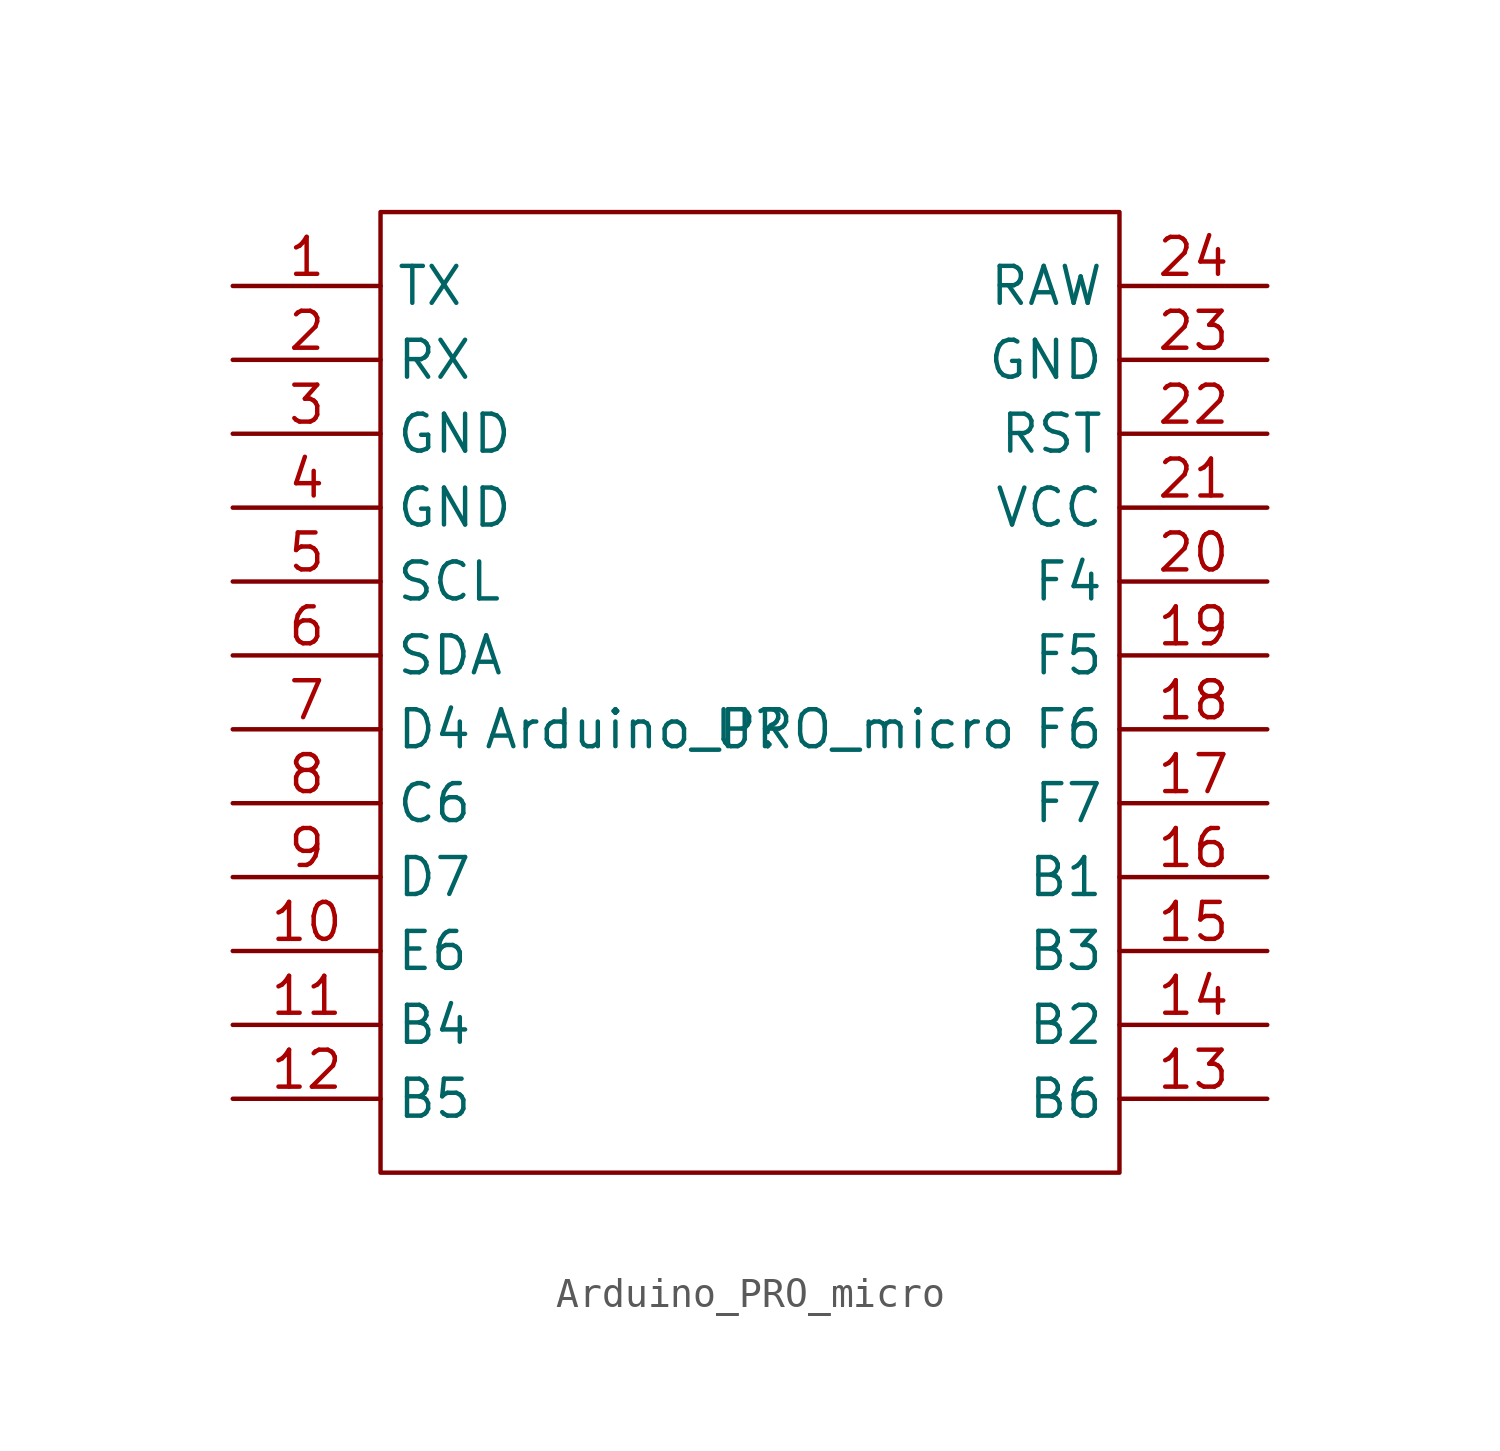
<source format=kicad_sym>
(kicad_symbol_lib
  (version 20211014)
  (generator kicad_symbol_editor)
  (symbol "Arduino_PRO_micro"
    (property "Reference" "U"
      (at 0 0 0)
      (effects (font (size 1.27 1.27))))
    (property "Value" "Arduino_PRO_micro"
      (at 0 0 0)
      (effects (font (size 1.27 1.27))))
    (symbol "Arduino_PRO_micro_0_1"
      (rectangle (start -12.7 17.78) (end 12.7 -15.24) (stroke (width 0) (type default) (color 0 0 0 0)) (fill (type none))))
    (symbol "Arduino_PRO_micro_1_1"
      (pin bidirectional line (at -17.78 15.24 0) (length 5.08) (name "TX" (effects (font (size 1.27 1.27)))) (number "1" (effects (font (size 1.27 1.27)))))
      (pin bidirectional line (at -17.78 -7.62 0) (length 5.08) (name "E6" (effects (font (size 1.27 1.27)))) (number "10" (effects (font (size 1.27 1.27)))))
      (pin bidirectional line (at -17.78 -10.16 0) (length 5.08) (name "B4" (effects (font (size 1.27 1.27)))) (number "11" (effects (font (size 1.27 1.27)))))
      (pin bidirectional line (at -17.78 -12.7 0) (length 5.08) (name "B5" (effects (font (size 1.27 1.27)))) (number "12" (effects (font (size 1.27 1.27)))))
      (pin bidirectional line (at 17.78 -12.7 180) (length 5.08) (name "B6" (effects (font (size 1.27 1.27)))) (number "13" (effects (font (size 1.27 1.27)))))
      (pin bidirectional line (at 17.78 -10.16 180) (length 5.08) (name "B2" (effects (font (size 1.27 1.27)))) (number "14" (effects (font (size 1.27 1.27)))))
      (pin bidirectional line (at 17.78 -7.62 180) (length 5.08) (name "B3" (effects (font (size 1.27 1.27)))) (number "15" (effects (font (size 1.27 1.27)))))
      (pin bidirectional line (at 17.78 -5.08 180) (length 5.08) (name "B1" (effects (font (size 1.27 1.27)))) (number "16" (effects (font (size 1.27 1.27)))))
      (pin bidirectional line (at 17.78 -2.54 180) (length 5.08) (name "F7" (effects (font (size 1.27 1.27)))) (number "17" (effects (font (size 1.27 1.27)))))
      (pin bidirectional line (at 17.78 0 180) (length 5.08) (name "F6" (effects (font (size 1.27 1.27)))) (number "18" (effects (font (size 1.27 1.27)))))
      (pin bidirectional line (at 17.78 2.54 180) (length 5.08) (name "F5" (effects (font (size 1.27 1.27)))) (number "19" (effects (font (size 1.27 1.27)))))
      (pin bidirectional line (at -17.78 12.7 0) (length 5.08) (name "RX" (effects (font (size 1.27 1.27)))) (number "2" (effects (font (size 1.27 1.27)))))
      (pin bidirectional line (at 17.78 5.08 180) (length 5.08) (name "F4" (effects (font (size 1.27 1.27)))) (number "20" (effects (font (size 1.27 1.27)))))
      (pin power_in line (at 17.78 7.62 180) (length 5.08) (name "VCC" (effects (font (size 1.27 1.27)))) (number "21" (effects (font (size 1.27 1.27)))))
      (pin input line (at 17.78 10.16 180) (length 5.08) (name "RST" (effects (font (size 1.27 1.27)))) (number "22" (effects (font (size 1.27 1.27)))))
      (pin power_in line (at 17.78 12.7 180) (length 5.08) (name "GND" (effects (font (size 1.27 1.27)))) (number "23" (effects (font (size 1.27 1.27)))))
      (pin power_out line (at 17.78 15.24 180) (length 5.08) (name "RAW" (effects (font (size 1.27 1.27)))) (number "24" (effects (font (size 1.27 1.27)))))
      (pin power_in line (at -17.78 10.16 0) (length 5.08) (name "GND" (effects (font (size 1.27 1.27)))) (number "3" (effects (font (size 1.27 1.27)))))
      (pin power_in line (at -17.78 7.62 0) (length 5.08) (name "GND" (effects (font (size 1.27 1.27)))) (number "4" (effects (font (size 1.27 1.27)))))
      (pin bidirectional line (at -17.78 5.08 0) (length 5.08) (name "SCL" (effects (font (size 1.27 1.27)))) (number "5" (effects (font (size 1.27 1.27)))))
      (pin bidirectional line (at -17.78 2.54 0) (length 5.08) (name "SDA" (effects (font (size 1.27 1.27)))) (number "6" (effects (font (size 1.27 1.27)))))
      (pin bidirectional line (at -17.78 0 0) (length 5.08) (name "D4" (effects (font (size 1.27 1.27)))) (number "7" (effects (font (size 1.27 1.27)))))
      (pin bidirectional line (at -17.78 -2.54 0) (length 5.08) (name "C6" (effects (font (size 1.27 1.27)))) (number "8" (effects (font (size 1.27 1.27)))))
      (pin bidirectional line (at -17.78 -5.08 0) (length 5.08) (name "D7" (effects (font (size 1.27 1.27)))) (number "9" (effects (font (size 1.27 1.27))))))))
</source>
